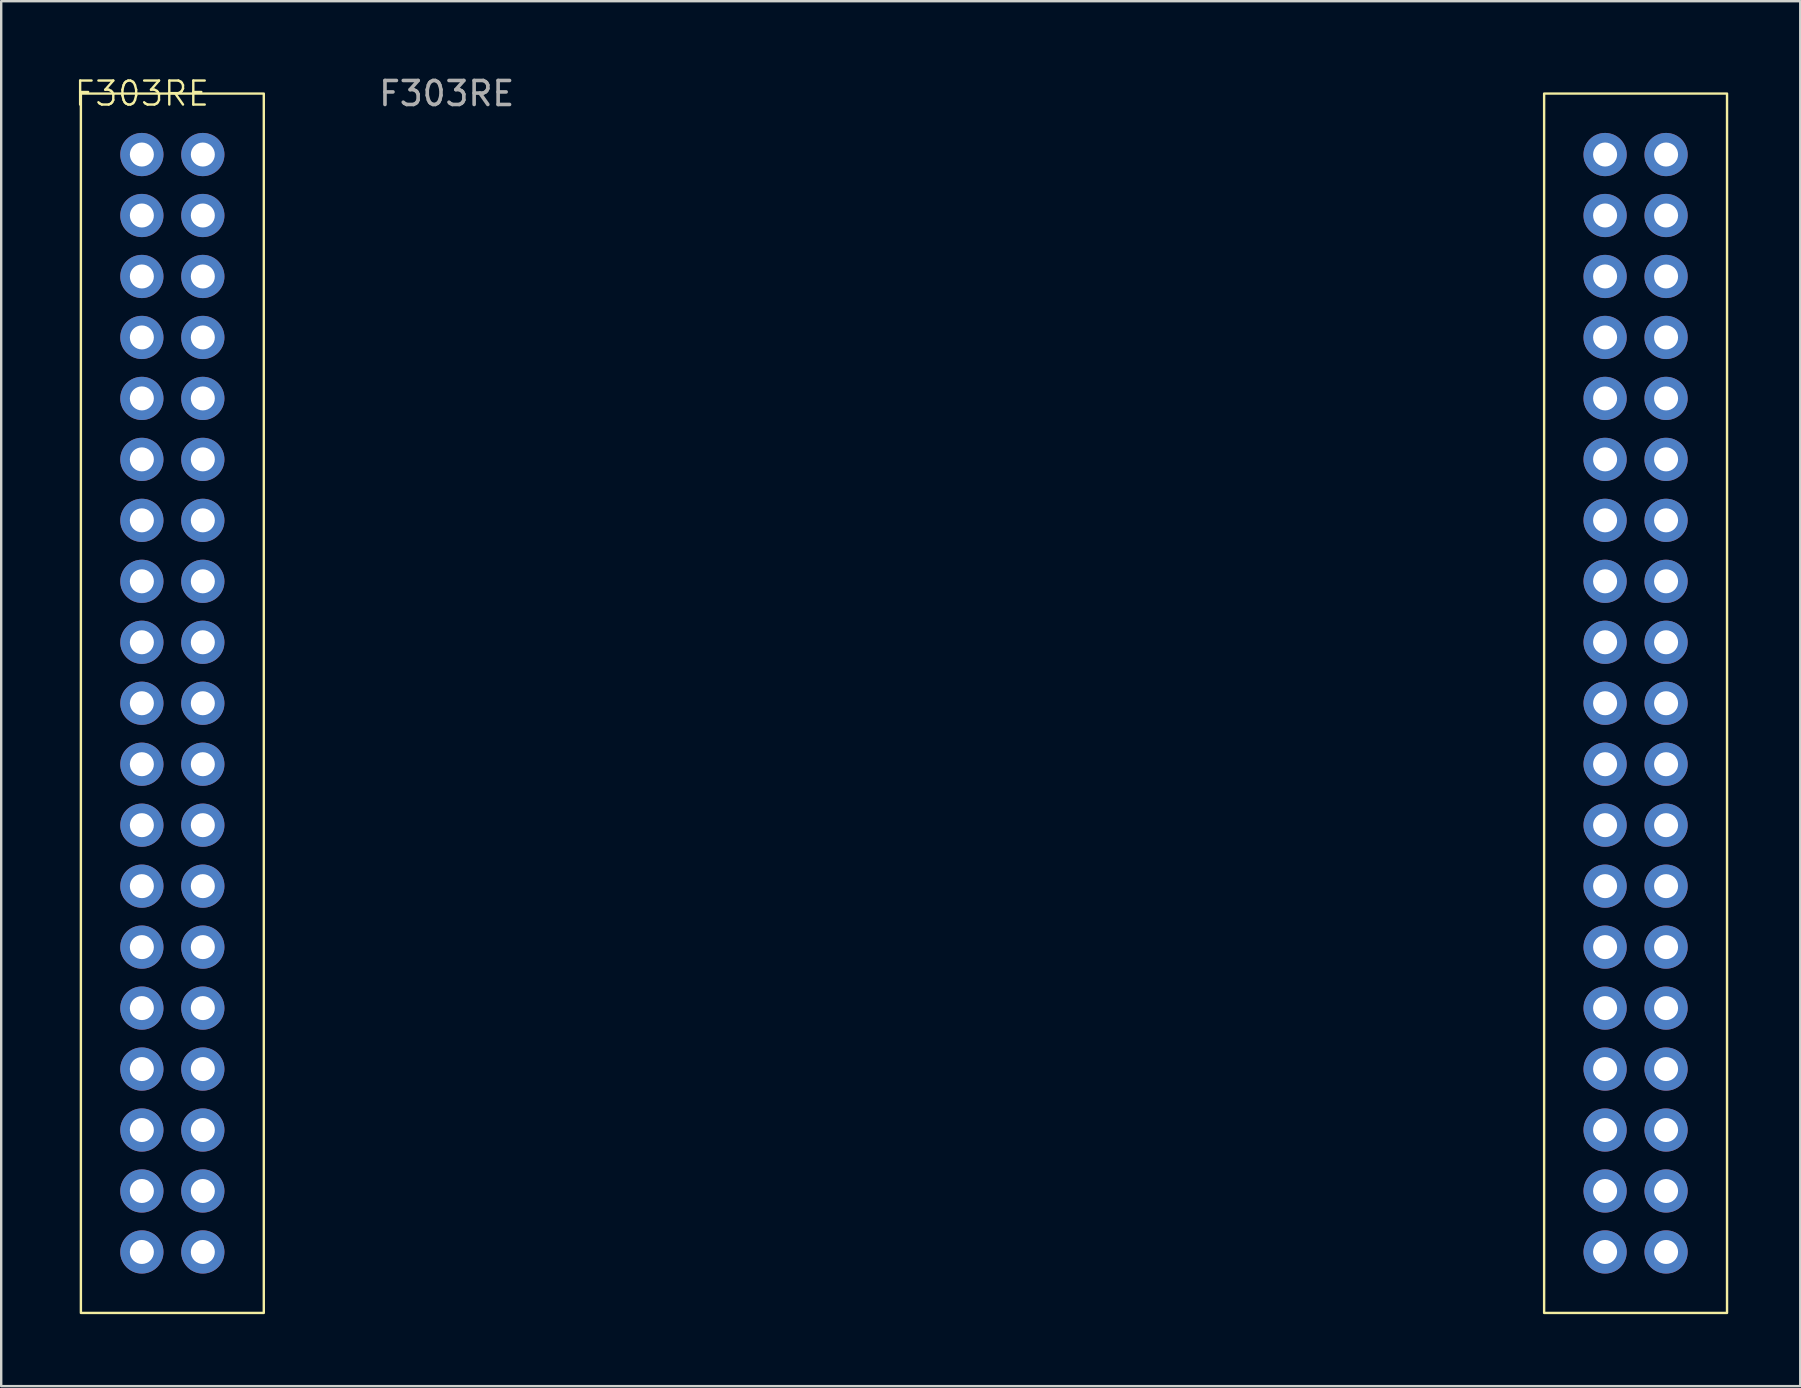
<source format=kicad_pcb>
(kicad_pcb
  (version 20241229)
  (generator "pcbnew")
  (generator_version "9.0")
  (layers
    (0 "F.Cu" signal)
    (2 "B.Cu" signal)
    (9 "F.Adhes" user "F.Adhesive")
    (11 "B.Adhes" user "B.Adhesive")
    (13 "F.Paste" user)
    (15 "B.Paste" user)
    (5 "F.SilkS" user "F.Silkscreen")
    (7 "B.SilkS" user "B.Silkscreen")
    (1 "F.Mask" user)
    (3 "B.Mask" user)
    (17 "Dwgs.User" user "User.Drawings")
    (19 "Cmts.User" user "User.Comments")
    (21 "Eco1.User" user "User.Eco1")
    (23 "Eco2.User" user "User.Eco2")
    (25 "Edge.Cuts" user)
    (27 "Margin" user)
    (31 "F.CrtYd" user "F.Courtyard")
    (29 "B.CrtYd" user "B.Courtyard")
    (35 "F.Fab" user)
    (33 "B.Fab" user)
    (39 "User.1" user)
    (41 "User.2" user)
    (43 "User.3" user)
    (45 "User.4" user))
  (footprint "F303RE"
    (layer "F.Cu")
    (at 2.86 3.388)
    (property "Reference" "F303RE" (at 0 -2.54 0) (unlocked yes) (layer "F.SilkS") (effects (font (size 1 1) (thickness 0.1))))
    (attr through_hole)
    (fp_rect (start -2.54 -2.54) (end 5.08 48.26) (stroke (width 0.1) (type default)) (fill no) (layer "F.SilkS"))
    (fp_rect (start 58.42 -2.54) (end 66.04 48.26) (stroke (width 0.1) (type default)) (fill no) (layer "F.SilkS"))
    (fp_text user "${REFERENCE}" (at 12.7 -2.54 0) (unlocked yes) (layer "F.Fab") (effects (font (size 1 1) (thickness 0.15))))
    (pad "1" thru_hole circle (at 0 0) (size 1.8 1.8) (drill 1) (layers "*.Cu" "*.Mask"))
    (pad "2" thru_hole circle (at 0 2.54) (size 1.8 1.8) (drill 1) (layers "*.Cu" "*.Mask"))
    (pad "3" thru_hole circle (at 0 5.08) (size 1.8 1.8) (drill 1) (layers "*.Cu" "*.Mask"))
    (pad "4" thru_hole circle (at 0 7.62) (size 1.8 1.8) (drill 1) (layers "*.Cu" "*.Mask"))
    (pad "5" thru_hole circle (at 0 10.16) (size 1.8 1.8) (drill 1) (layers "*.Cu" "*.Mask"))
    (pad "6" thru_hole circle (at 0 12.7) (size 1.8 1.8) (drill 1) (layers "*.Cu" "*.Mask"))
    (pad "7" thru_hole circle (at 0 15.24) (size 1.8 1.8) (drill 1) (layers "*.Cu" "*.Mask"))
    (pad "8" thru_hole circle (at 0 17.78) (size 1.8 1.8) (drill 1) (layers "*.Cu" "*.Mask"))
    (pad "9" thru_hole circle (at 0 20.32) (size 1.8 1.8) (drill 1) (layers "*.Cu" "*.Mask"))
    (pad "10" thru_hole circle (at 0 22.86) (size 1.8 1.8) (drill 1) (layers "*.Cu" "*.Mask"))
    (pad "11" thru_hole circle (at 0 25.4) (size 1.8 1.8) (drill 1) (layers "*.Cu" "*.Mask"))
    (pad "12" thru_hole circle (at 0 27.94) (size 1.8 1.8) (drill 1) (layers "*.Cu" "*.Mask"))
    (pad "13" thru_hole circle (at 0 30.48) (size 1.8 1.8) (drill 1) (layers "*.Cu" "*.Mask"))
    (pad "14" thru_hole circle (at 0 33.02) (size 1.8 1.8) (drill 1) (layers "*.Cu" "*.Mask"))
    (pad "15" thru_hole circle (at 0 35.56) (size 1.8 1.8) (drill 1) (layers "*.Cu" "*.Mask"))
    (pad "16" thru_hole circle (at 0 38.1) (size 1.8 1.8) (drill 1) (layers "*.Cu" "*.Mask"))
    (pad "17" thru_hole circle (at 0 40.64) (size 1.8 1.8) (drill 1) (layers "*.Cu" "*.Mask"))
    (pad "18" thru_hole circle (at 0 43.18) (size 1.8 1.8) (drill 1) (layers "*.Cu" "*.Mask"))
    (pad "19" thru_hole circle (at 0 45.72) (size 1.8 1.8) (drill 1) (layers "*.Cu" "*.Mask"))
    (pad "20" thru_hole circle (at 2.54 0) (size 1.8 1.8) (drill 1) (layers "*.Cu" "*.Mask"))
    (pad "21" thru_hole circle (at 2.54 2.54) (size 1.8 1.8) (drill 1) (layers "*.Cu" "*.Mask"))
    (pad "22" thru_hole circle (at 2.54 5.08) (size 1.8 1.8) (drill 1) (layers "*.Cu" "*.Mask"))
    (pad "23" thru_hole circle (at 2.54 7.62) (size 1.8 1.8) (drill 1) (layers "*.Cu" "*.Mask"))
    (pad "24" thru_hole circle (at 2.54 10.16) (size 1.8 1.8) (drill 1) (layers "*.Cu" "*.Mask"))
    (pad "25" thru_hole circle (at 2.54 12.7) (size 1.8 1.8) (drill 1) (layers "*.Cu" "*.Mask"))
    (pad "26" thru_hole circle (at 2.54 15.24) (size 1.8 1.8) (drill 1) (layers "*.Cu" "*.Mask"))
    (pad "27" thru_hole circle (at 2.54 17.78) (size 1.8 1.8) (drill 1) (layers "*.Cu" "*.Mask"))
    (pad "28" thru_hole circle (at 2.54 20.32) (size 1.8 1.8) (drill 1) (layers "*.Cu" "*.Mask"))
    (pad "29" thru_hole circle (at 2.54 22.86) (size 1.8 1.8) (drill 1) (layers "*.Cu" "*.Mask"))
    (pad "30" thru_hole circle (at 2.54 25.4) (size 1.8 1.8) (drill 1) (layers "*.Cu" "*.Mask"))
    (pad "31" thru_hole circle (at 2.54 27.94) (size 1.8 1.8) (drill 1) (layers "*.Cu" "*.Mask"))
    (pad "32" thru_hole circle (at 2.54 30.48 90) (size 1.8 1.8) (drill 1) (layers "*.Cu" "*.Mask"))
    (pad "33" thru_hole circle (at 2.54 33.02) (size 1.8 1.8) (drill 1) (layers "*.Cu" "*.Mask"))
    (pad "34" thru_hole circle (at 2.54 35.56) (size 1.8 1.8) (drill 1) (layers "*.Cu" "*.Mask"))
    (pad "35" thru_hole circle (at 2.54 38.1) (size 1.8 1.8) (drill 1) (layers "*.Cu" "*.Mask"))
    (pad "36" thru_hole circle (at 2.54 40.64) (size 1.8 1.8) (drill 1) (layers "*.Cu" "*.Mask"))
    (pad "37" thru_hole circle (at 2.54 43.18) (size 1.8 1.8) (drill 1) (layers "*.Cu" "*.Mask"))
    (pad "38" thru_hole circle (at 2.54 45.72) (size 1.8 1.8) (drill 1) (layers "*.Cu" "*.Mask"))
    (pad "39" thru_hole circle (at 60.96 0) (size 1.8 1.8) (drill 1) (layers "*.Cu" "*.Mask"))
    (pad "40" thru_hole circle (at 60.96 2.54) (size 1.8 1.8) (drill 1) (layers "*.Cu" "*.Mask"))
    (pad "41" thru_hole circle (at 60.96 5.08) (size 1.8 1.8) (drill 1) (layers "*.Cu" "*.Mask"))
    (pad "42" thru_hole circle (at 60.96 7.62) (size 1.8 1.8) (drill 1) (layers "*.Cu" "*.Mask"))
    (pad "43" thru_hole circle (at 60.96 10.16) (size 1.8 1.8) (drill 1) (layers "*.Cu" "*.Mask"))
    (pad "44" thru_hole circle (at 60.96 12.7) (size 1.8 1.8) (drill 1) (layers "*.Cu" "*.Mask"))
    (pad "45" thru_hole circle (at 60.96 15.24) (size 1.8 1.8) (drill 1) (layers "*.Cu" "*.Mask"))
    (pad "46" thru_hole circle (at 60.96 17.78) (size 1.8 1.8) (drill 1) (layers "*.Cu" "*.Mask"))
    (pad "47" thru_hole circle (at 60.96 20.32) (size 1.8 1.8) (drill 1) (layers "*.Cu" "*.Mask"))
    (pad "48" thru_hole circle (at 60.96 22.86) (size 1.8 1.8) (drill 1) (layers "*.Cu" "*.Mask"))
    (pad "49" thru_hole circle (at 60.96 25.4) (size 1.8 1.8) (drill 1) (layers "*.Cu" "*.Mask"))
    (pad "50" thru_hole circle (at 60.96 27.94) (size 1.8 1.8) (drill 1) (layers "*.Cu" "*.Mask"))
    (pad "51" thru_hole circle (at 60.96 30.48) (size 1.8 1.8) (drill 1) (layers "*.Cu" "*.Mask"))
    (pad "52" thru_hole circle (at 60.96 33.02) (size 1.8 1.8) (drill 1) (layers "*.Cu" "*.Mask"))
    (pad "53" thru_hole circle (at 60.96 35.56) (size 1.8 1.8) (drill 1) (layers "*.Cu" "*.Mask"))
    (pad "54" thru_hole circle (at 60.96 38.1) (size 1.8 1.8) (drill 1) (layers "*.Cu" "*.Mask"))
    (pad "55" thru_hole circle (at 60.96 40.64) (size 1.8 1.8) (drill 1) (layers "*.Cu" "*.Mask"))
    (pad "56" thru_hole circle (at 60.96 43.18) (size 1.8 1.8) (drill 1) (layers "*.Cu" "*.Mask"))
    (pad "57" thru_hole circle (at 60.96 45.72) (size 1.8 1.8) (drill 1) (layers "*.Cu" "*.Mask"))
    (pad "58" thru_hole circle (at 63.5 0) (size 1.8 1.8) (drill 1) (layers "*.Cu" "*.Mask"))
    (pad "59" thru_hole circle (at 63.5 2.54) (size 1.8 1.8) (drill 1) (layers "*.Cu" "*.Mask"))
    (pad "60" thru_hole circle (at 63.5 5.08) (size 1.8 1.8) (drill 1) (layers "*.Cu" "*.Mask"))
    (pad "61" thru_hole circle (at 63.5 7.62) (size 1.8 1.8) (drill 1) (layers "*.Cu" "*.Mask"))
    (pad "62" thru_hole circle (at 63.5 10.16) (size 1.8 1.8) (drill 1) (layers "*.Cu" "*.Mask"))
    (pad "63" thru_hole circle (at 63.5 12.7) (size 1.8 1.8) (drill 1) (layers "*.Cu" "*.Mask"))
    (pad "64" thru_hole circle (at 63.5 15.24) (size 1.8 1.8) (drill 1) (layers "*.Cu" "*.Mask"))
    (pad "65" thru_hole circle (at 63.5 17.78) (size 1.8 1.8) (drill 1) (layers "*.Cu" "*.Mask"))
    (pad "66" thru_hole circle (at 63.5 20.32) (size 1.8 1.8) (drill 1) (layers "*.Cu" "*.Mask"))
    (pad "67" thru_hole circle (at 63.5 22.86) (size 1.8 1.8) (drill 1) (layers "*.Cu" "*.Mask"))
    (pad "68" thru_hole circle (at 63.5 25.4) (size 1.8 1.8) (drill 1) (layers "*.Cu" "*.Mask"))
    (pad "69" thru_hole circle (at 63.5 27.94) (size 1.8 1.8) (drill 1) (layers "*.Cu" "*.Mask"))
    (pad "70" thru_hole circle (at 63.5 30.48) (size 1.8 1.8) (drill 1) (layers "*.Cu" "*.Mask"))
    (pad "71" thru_hole circle (at 63.5 33.02) (size 1.8 1.8) (drill 1) (layers "*.Cu" "*.Mask"))
    (pad "72" thru_hole circle (at 63.5 35.56) (size 1.8 1.8) (drill 1) (layers "*.Cu" "*.Mask"))
    (pad "73" thru_hole circle (at 63.5 38.1) (size 1.8 1.8) (drill 1) (layers "*.Cu" "*.Mask"))
    (pad "74" thru_hole circle (at 63.5 40.64) (size 1.8 1.8) (drill 1) (layers "*.Cu" "*.Mask"))
    (pad "75" thru_hole circle (at 63.5 43.18) (size 1.8 1.8) (drill 1) (layers "*.Cu" "*.Mask"))
    (pad "76" thru_hole circle (at 63.5 45.72) (size 1.8 1.8) (drill 1) (layers "*.Cu" "*.Mask")))
  (gr_rect
    (start -3 -3)
    (end 71.95 54.698)
    (stroke (width 0.1) (type default))
    (fill no)
    (layer "Edge.Cuts")))
</source>
